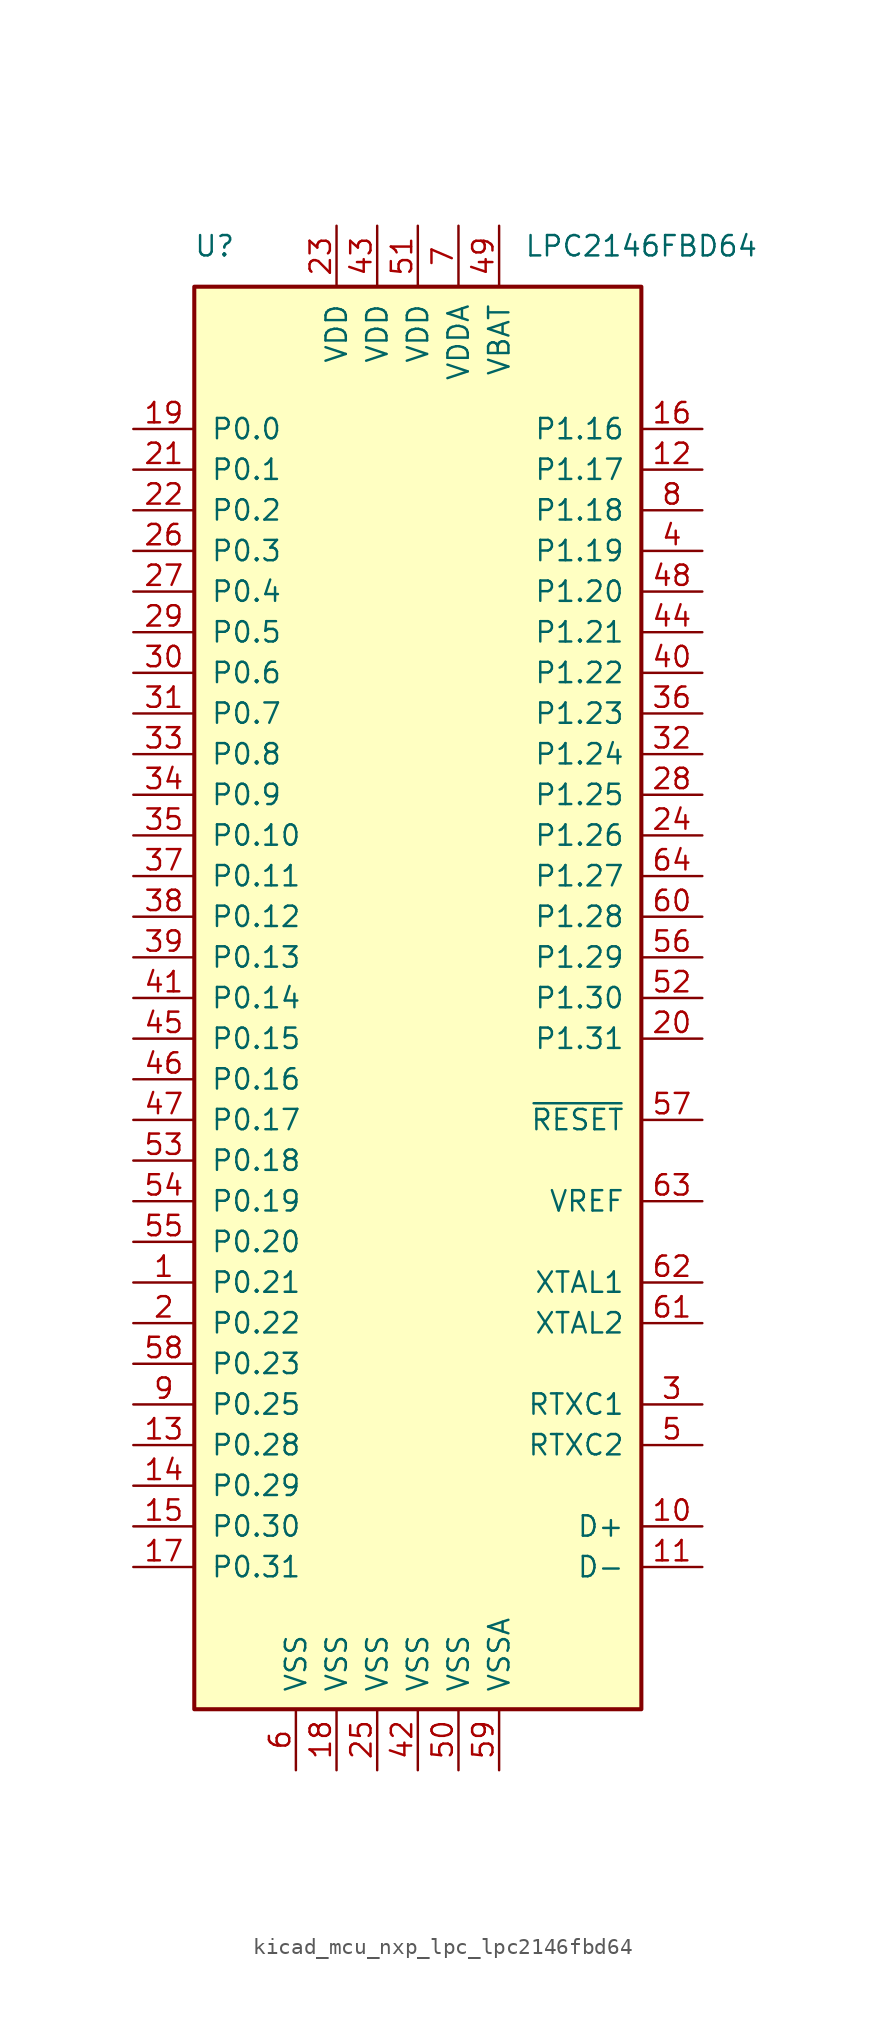
<source format=kicad_sym>
(kicad_symbol_lib
  (version 20220914)
  (generator kicad_symbol_editor)
  (symbol "kicad_mcu_nxp_lpc_lpc2146fbd64"
    (pin_names
      (offset 1.016))
    (property "Reference" "U"
      (at -12.7 46.99 0)
      (effects (font (size 1.27 1.27))))
    (property "Value" "LPC2146FBD64"
      (at 13.97 46.99 0)
      (effects (font (size 1.27 1.27))))
    (symbol "kicad_mcu_nxp_lpc_lpc2146fbd64_0_1"
      (rectangle (start 13.97 44.45) (end -13.97 -44.45) (stroke (width 0.254) (type default)) (fill (type background))))
    (symbol "kicad_mcu_nxp_lpc_lpc2146fbd64_1_1"
      (pin bidirectional line (at -17.78 -17.78 0) (length 3.81) (name "P0.21" (effects (font (size 1.27 1.27)))) (number "1" (effects (font (size 1.27 1.27)))))
      (pin bidirectional line (at 17.78 -33.02 180) (length 3.81) (name "D+" (effects (font (size 1.27 1.27)))) (number "10" (effects (font (size 1.27 1.27)))))
      (pin bidirectional line (at 17.78 -35.56 180) (length 3.81) (name "D-" (effects (font (size 1.27 1.27)))) (number "11" (effects (font (size 1.27 1.27)))))
      (pin bidirectional line (at 17.78 33.02 180) (length 3.81) (name "P1.17" (effects (font (size 1.27 1.27)))) (number "12" (effects (font (size 1.27 1.27)))))
      (pin bidirectional line (at -17.78 -27.94 0) (length 3.81) (name "P0.28" (effects (font (size 1.27 1.27)))) (number "13" (effects (font (size 1.27 1.27)))))
      (pin bidirectional line (at -17.78 -30.48 0) (length 3.81) (name "P0.29" (effects (font (size 1.27 1.27)))) (number "14" (effects (font (size 1.27 1.27)))))
      (pin bidirectional line (at -17.78 -33.02 0) (length 3.81) (name "P0.30" (effects (font (size 1.27 1.27)))) (number "15" (effects (font (size 1.27 1.27)))))
      (pin bidirectional line (at 17.78 35.56 180) (length 3.81) (name "P1.16" (effects (font (size 1.27 1.27)))) (number "16" (effects (font (size 1.27 1.27)))))
      (pin output line (at -17.78 -35.56 0) (length 3.81) (name "P0.31" (effects (font (size 1.27 1.27)))) (number "17" (effects (font (size 1.27 1.27)))))
      (pin power_in line (at -5.08 -48.26 90) (length 3.81) (name "VSS" (effects (font (size 1.27 1.27)))) (number "18" (effects (font (size 1.27 1.27)))))
      (pin bidirectional line (at -17.78 35.56 0) (length 3.81) (name "P0.0" (effects (font (size 1.27 1.27)))) (number "19" (effects (font (size 1.27 1.27)))))
      (pin bidirectional line (at -17.78 -20.32 0) (length 3.81) (name "P0.22" (effects (font (size 1.27 1.27)))) (number "2" (effects (font (size 1.27 1.27)))))
      (pin bidirectional line (at 17.78 -2.54 180) (length 3.81) (name "P1.31" (effects (font (size 1.27 1.27)))) (number "20" (effects (font (size 1.27 1.27)))))
      (pin bidirectional line (at -17.78 33.02 0) (length 3.81) (name "P0.1" (effects (font (size 1.27 1.27)))) (number "21" (effects (font (size 1.27 1.27)))))
      (pin bidirectional line (at -17.78 30.48 0) (length 3.81) (name "P0.2" (effects (font (size 1.27 1.27)))) (number "22" (effects (font (size 1.27 1.27)))))
      (pin power_in line (at -5.08 48.26 270) (length 3.81) (name "VDD" (effects (font (size 1.27 1.27)))) (number "23" (effects (font (size 1.27 1.27)))))
      (pin bidirectional line (at 17.78 10.16 180) (length 3.81) (name "P1.26" (effects (font (size 1.27 1.27)))) (number "24" (effects (font (size 1.27 1.27)))))
      (pin power_in line (at -2.54 -48.26 90) (length 3.81) (name "VSS" (effects (font (size 1.27 1.27)))) (number "25" (effects (font (size 1.27 1.27)))))
      (pin bidirectional line (at -17.78 27.94 0) (length 3.81) (name "P0.3" (effects (font (size 1.27 1.27)))) (number "26" (effects (font (size 1.27 1.27)))))
      (pin bidirectional line (at -17.78 25.4 0) (length 3.81) (name "P0.4" (effects (font (size 1.27 1.27)))) (number "27" (effects (font (size 1.27 1.27)))))
      (pin bidirectional line (at 17.78 12.7 180) (length 3.81) (name "P1.25" (effects (font (size 1.27 1.27)))) (number "28" (effects (font (size 1.27 1.27)))))
      (pin bidirectional line (at -17.78 22.86 0) (length 3.81) (name "P0.5" (effects (font (size 1.27 1.27)))) (number "29" (effects (font (size 1.27 1.27)))))
      (pin input line (at 17.78 -25.4 180) (length 3.81) (name "RTXC1" (effects (font (size 1.27 1.27)))) (number "3" (effects (font (size 1.27 1.27)))))
      (pin bidirectional line (at -17.78 20.32 0) (length 3.81) (name "P0.6" (effects (font (size 1.27 1.27)))) (number "30" (effects (font (size 1.27 1.27)))))
      (pin bidirectional line (at -17.78 17.78 0) (length 3.81) (name "P0.7" (effects (font (size 1.27 1.27)))) (number "31" (effects (font (size 1.27 1.27)))))
      (pin bidirectional line (at 17.78 15.24 180) (length 3.81) (name "P1.24" (effects (font (size 1.27 1.27)))) (number "32" (effects (font (size 1.27 1.27)))))
      (pin bidirectional line (at -17.78 15.24 0) (length 3.81) (name "P0.8" (effects (font (size 1.27 1.27)))) (number "33" (effects (font (size 1.27 1.27)))))
      (pin bidirectional line (at -17.78 12.7 0) (length 3.81) (name "P0.9" (effects (font (size 1.27 1.27)))) (number "34" (effects (font (size 1.27 1.27)))))
      (pin bidirectional line (at -17.78 10.16 0) (length 3.81) (name "P0.10" (effects (font (size 1.27 1.27)))) (number "35" (effects (font (size 1.27 1.27)))))
      (pin bidirectional line (at 17.78 17.78 180) (length 3.81) (name "P1.23" (effects (font (size 1.27 1.27)))) (number "36" (effects (font (size 1.27 1.27)))))
      (pin bidirectional line (at -17.78 7.62 0) (length 3.81) (name "P0.11" (effects (font (size 1.27 1.27)))) (number "37" (effects (font (size 1.27 1.27)))))
      (pin bidirectional line (at -17.78 5.08 0) (length 3.81) (name "P0.12" (effects (font (size 1.27 1.27)))) (number "38" (effects (font (size 1.27 1.27)))))
      (pin bidirectional line (at -17.78 2.54 0) (length 3.81) (name "P0.13" (effects (font (size 1.27 1.27)))) (number "39" (effects (font (size 1.27 1.27)))))
      (pin bidirectional line (at 17.78 27.94 180) (length 3.81) (name "P1.19" (effects (font (size 1.27 1.27)))) (number "4" (effects (font (size 1.27 1.27)))))
      (pin bidirectional line (at 17.78 20.32 180) (length 3.81) (name "P1.22" (effects (font (size 1.27 1.27)))) (number "40" (effects (font (size 1.27 1.27)))))
      (pin bidirectional line (at -17.78 0 0) (length 3.81) (name "P0.14" (effects (font (size 1.27 1.27)))) (number "41" (effects (font (size 1.27 1.27)))))
      (pin power_in line (at 0 -48.26 90) (length 3.81) (name "VSS" (effects (font (size 1.27 1.27)))) (number "42" (effects (font (size 1.27 1.27)))))
      (pin power_in line (at -2.54 48.26 270) (length 3.81) (name "VDD" (effects (font (size 1.27 1.27)))) (number "43" (effects (font (size 1.27 1.27)))))
      (pin bidirectional line (at 17.78 22.86 180) (length 3.81) (name "P1.21" (effects (font (size 1.27 1.27)))) (number "44" (effects (font (size 1.27 1.27)))))
      (pin bidirectional line (at -17.78 -2.54 0) (length 3.81) (name "P0.15" (effects (font (size 1.27 1.27)))) (number "45" (effects (font (size 1.27 1.27)))))
      (pin bidirectional line (at -17.78 -5.08 0) (length 3.81) (name "P0.16" (effects (font (size 1.27 1.27)))) (number "46" (effects (font (size 1.27 1.27)))))
      (pin bidirectional line (at -17.78 -7.62 0) (length 3.81) (name "P0.17" (effects (font (size 1.27 1.27)))) (number "47" (effects (font (size 1.27 1.27)))))
      (pin bidirectional line (at 17.78 25.4 180) (length 3.81) (name "P1.20" (effects (font (size 1.27 1.27)))) (number "48" (effects (font (size 1.27 1.27)))))
      (pin power_in line (at 5.08 48.26 270) (length 3.81) (name "VBAT" (effects (font (size 1.27 1.27)))) (number "49" (effects (font (size 1.27 1.27)))))
      (pin output line (at 17.78 -27.94 180) (length 3.81) (name "RTXC2" (effects (font (size 1.27 1.27)))) (number "5" (effects (font (size 1.27 1.27)))))
      (pin power_in line (at 2.54 -48.26 90) (length 3.81) (name "VSS" (effects (font (size 1.27 1.27)))) (number "50" (effects (font (size 1.27 1.27)))))
      (pin power_in line (at 0 48.26 270) (length 3.81) (name "VDD" (effects (font (size 1.27 1.27)))) (number "51" (effects (font (size 1.27 1.27)))))
      (pin bidirectional line (at 17.78 0 180) (length 3.81) (name "P1.30" (effects (font (size 1.27 1.27)))) (number "52" (effects (font (size 1.27 1.27)))))
      (pin bidirectional line (at -17.78 -10.16 0) (length 3.81) (name "P0.18" (effects (font (size 1.27 1.27)))) (number "53" (effects (font (size 1.27 1.27)))))
      (pin bidirectional line (at -17.78 -12.7 0) (length 3.81) (name "P0.19" (effects (font (size 1.27 1.27)))) (number "54" (effects (font (size 1.27 1.27)))))
      (pin bidirectional line (at -17.78 -15.24 0) (length 3.81) (name "P0.20" (effects (font (size 1.27 1.27)))) (number "55" (effects (font (size 1.27 1.27)))))
      (pin bidirectional line (at 17.78 2.54 180) (length 3.81) (name "P1.29" (effects (font (size 1.27 1.27)))) (number "56" (effects (font (size 1.27 1.27)))))
      (pin input line (at 17.78 -7.62 180) (length 3.81) (name "~{RESET}" (effects (font (size 1.27 1.27)))) (number "57" (effects (font (size 1.27 1.27)))))
      (pin bidirectional line (at -17.78 -22.86 0) (length 3.81) (name "P0.23" (effects (font (size 1.27 1.27)))) (number "58" (effects (font (size 1.27 1.27)))))
      (pin power_in line (at 5.08 -48.26 90) (length 3.81) (name "VSSA" (effects (font (size 1.27 1.27)))) (number "59" (effects (font (size 1.27 1.27)))))
      (pin power_in line (at -7.62 -48.26 90) (length 3.81) (name "VSS" (effects (font (size 1.27 1.27)))) (number "6" (effects (font (size 1.27 1.27)))))
      (pin bidirectional line (at 17.78 5.08 180) (length 3.81) (name "P1.28" (effects (font (size 1.27 1.27)))) (number "60" (effects (font (size 1.27 1.27)))))
      (pin output line (at 17.78 -20.32 180) (length 3.81) (name "XTAL2" (effects (font (size 1.27 1.27)))) (number "61" (effects (font (size 1.27 1.27)))))
      (pin input line (at 17.78 -17.78 180) (length 3.81) (name "XTAL1" (effects (font (size 1.27 1.27)))) (number "62" (effects (font (size 1.27 1.27)))))
      (pin input line (at 17.78 -12.7 180) (length 3.81) (name "VREF" (effects (font (size 1.27 1.27)))) (number "63" (effects (font (size 1.27 1.27)))))
      (pin bidirectional line (at 17.78 7.62 180) (length 3.81) (name "P1.27" (effects (font (size 1.27 1.27)))) (number "64" (effects (font (size 1.27 1.27)))))
      (pin power_in line (at 2.54 48.26 270) (length 3.81) (name "VDDA" (effects (font (size 1.27 1.27)))) (number "7" (effects (font (size 1.27 1.27)))))
      (pin bidirectional line (at 17.78 30.48 180) (length 3.81) (name "P1.18" (effects (font (size 1.27 1.27)))) (number "8" (effects (font (size 1.27 1.27)))))
      (pin bidirectional line (at -17.78 -25.4 0) (length 3.81) (name "P0.25" (effects (font (size 1.27 1.27)))) (number "9" (effects (font (size 1.27 1.27))))))))
</source>
